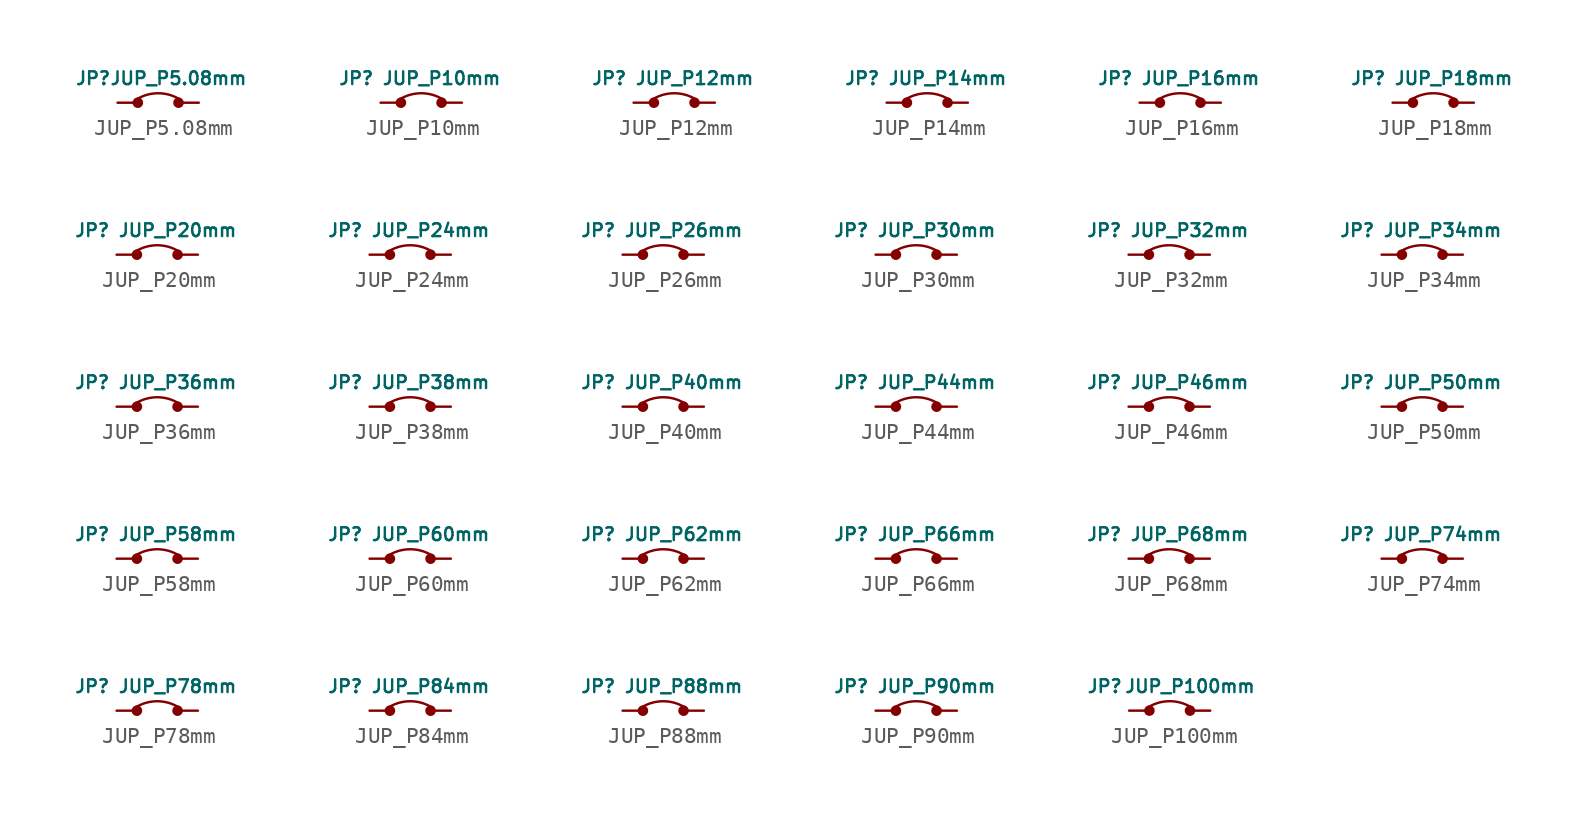
<source format=kicad_sym>
(kicad_symbol_lib
  (version 20220914)
  (generator kicad_symbol_editor)
  (symbol "JUP_P5.08mm"
    (property "Reference" "JP"
      (at -4.064 1.524 0)
      (effects (font (size 0.8 0.8))))
    (property "Value" "JUP_P5.08mm"
      (at 1.27 1.524 0)
      (effects (font (size 0.8 0.8))))
    (symbol "JUP_P5.08mm_0_1"
      (circle (center -1.27 0) (radius 0.254) (stroke (width 0) (type default)) (fill (type outline)))
      (circle (center 1.27 0) (radius 0.254) (stroke (width 0) (type default)) (fill (type outline)))
      (arc (start 1.27 0.254) (mid 0 0.5892) (end -1.27 0.254) (stroke (width 0) (type default)) (fill (type none))))
    (symbol "JUP_P5.08mm_1_1"
      (pin passive line (at -2.54 0 0) (length 1.2) (name "" (effects (font (size 1.27 1.27)))) (number "1" (effects (font (size 0 0)))))
      (pin passive line (at 2.54 0 180) (length 1.2) (name "" (effects (font (size 1.27 1.27)))) (number "2" (effects (font (size 0 0)))))))
  (symbol "JUP_P10mm"
    (property "Reference" "JP"
      (at -4.064 1.524 0)
      (effects (font (size 0.8 0.8))))
    (property "Value" "JUP_P10mm"
      (at 1.27 1.524 0)
      (effects (font (size 0.8 0.8))))
    (symbol "JUP_P10mm_0_1"
      (circle (center -1.27 0) (radius 0.254) (stroke (width 0) (type default)) (fill (type outline)))
      (circle (center 1.27 0) (radius 0.254) (stroke (width 0) (type default)) (fill (type outline)))
      (arc (start 1.27 0.254) (mid 0 0.5892) (end -1.27 0.254) (stroke (width 0) (type default)) (fill (type none))))
    (symbol "JUP_P10mm_1_1"
      (pin passive line (at -2.54 0 0) (length 1.2) (name "" (effects (font (size 1.27 1.27)))) (number "1" (effects (font (size 0 0)))))
      (pin passive line (at 2.54 0 180) (length 1.2) (name "" (effects (font (size 1.27 1.27)))) (number "2" (effects (font (size 0 0)))))))
  (symbol "JUP_P12mm"
    (property "Reference" "JP"
      (at -4.064 1.524 0)
      (effects (font (size 0.8 0.8))))
    (property "Value" "JUP_P12mm"
      (at 1.27 1.524 0)
      (effects (font (size 0.8 0.8))))
    (symbol "JUP_P12mm_0_1"
      (circle (center -1.27 0) (radius 0.254) (stroke (width 0) (type default)) (fill (type outline)))
      (circle (center 1.27 0) (radius 0.254) (stroke (width 0) (type default)) (fill (type outline)))
      (arc (start 1.27 0.254) (mid 0 0.5892) (end -1.27 0.254) (stroke (width 0) (type default)) (fill (type none))))
    (symbol "JUP_P12mm_1_1"
      (pin passive line (at -2.54 0 0) (length 1.2) (name "" (effects (font (size 1.27 1.27)))) (number "1" (effects (font (size 0 0)))))
      (pin passive line (at 2.54 0 180) (length 1.2) (name "" (effects (font (size 1.27 1.27)))) (number "2" (effects (font (size 0 0)))))))
  (symbol "JUP_P14mm"
    (property "Reference" "JP"
      (at -4.064 1.524 0)
      (effects (font (size 0.8 0.8))))
    (property "Value" "JUP_P14mm"
      (at 1.27 1.524 0)
      (effects (font (size 0.8 0.8))))
    (symbol "JUP_P14mm_0_1"
      (circle (center -1.27 0) (radius 0.254) (stroke (width 0) (type default)) (fill (type outline)))
      (circle (center 1.27 0) (radius 0.254) (stroke (width 0) (type default)) (fill (type outline)))
      (arc (start 1.27 0.254) (mid 0 0.5892) (end -1.27 0.254) (stroke (width 0) (type default)) (fill (type none))))
    (symbol "JUP_P14mm_1_1"
      (pin passive line (at -2.54 0 0) (length 1.2) (name "" (effects (font (size 1.27 1.27)))) (number "1" (effects (font (size 0 0)))))
      (pin passive line (at 2.54 0 180) (length 1.2) (name "" (effects (font (size 1.27 1.27)))) (number "2" (effects (font (size 0 0)))))))
  (symbol "JUP_P16mm"
    (property "Reference" "JP"
      (at -4.064 1.524 0)
      (effects (font (size 0.8 0.8))))
    (property "Value" "JUP_P16mm"
      (at 1.27 1.524 0)
      (effects (font (size 0.8 0.8))))
    (symbol "JUP_P16mm_0_1"
      (circle (center -1.27 0) (radius 0.254) (stroke (width 0) (type default)) (fill (type outline)))
      (circle (center 1.27 0) (radius 0.254) (stroke (width 0) (type default)) (fill (type outline)))
      (arc (start 1.27 0.254) (mid 0 0.5892) (end -1.27 0.254) (stroke (width 0) (type default)) (fill (type none))))
    (symbol "JUP_P16mm_1_1"
      (pin passive line (at -2.54 0 0) (length 1.2) (name "" (effects (font (size 1.27 1.27)))) (number "1" (effects (font (size 0 0)))))
      (pin passive line (at 2.54 0 180) (length 1.2) (name "" (effects (font (size 1.27 1.27)))) (number "2" (effects (font (size 0 0)))))))
  (symbol "JUP_P18mm"
    (property "Reference" "JP"
      (at -4.064 1.524 0)
      (effects (font (size 0.8 0.8))))
    (property "Value" "JUP_P18mm"
      (at 1.27 1.524 0)
      (effects (font (size 0.8 0.8))))
    (symbol "JUP_P18mm_0_1"
      (circle (center -1.27 0) (radius 0.254) (stroke (width 0) (type default)) (fill (type outline)))
      (circle (center 1.27 0) (radius 0.254) (stroke (width 0) (type default)) (fill (type outline)))
      (arc (start 1.27 0.254) (mid 0 0.5892) (end -1.27 0.254) (stroke (width 0) (type default)) (fill (type none))))
    (symbol "JUP_P18mm_1_1"
      (pin passive line (at -2.54 0 0) (length 1.2) (name "" (effects (font (size 1.27 1.27)))) (number "1" (effects (font (size 0 0)))))
      (pin passive line (at 2.54 0 180) (length 1.2) (name "" (effects (font (size 1.27 1.27)))) (number "2" (effects (font (size 0 0)))))))
  (symbol "JUP_P20mm"
    (property "Reference" "JP"
      (at -4.064 1.524 0)
      (effects (font (size 0.8 0.8))))
    (property "Value" "JUP_P20mm"
      (at 1.27 1.524 0)
      (effects (font (size 0.8 0.8))))
    (symbol "JUP_P20mm_0_1"
      (circle (center -1.27 0) (radius 0.254) (stroke (width 0) (type default)) (fill (type outline)))
      (circle (center 1.27 0) (radius 0.254) (stroke (width 0) (type default)) (fill (type outline)))
      (arc (start 1.27 0.254) (mid 0 0.5892) (end -1.27 0.254) (stroke (width 0) (type default)) (fill (type none))))
    (symbol "JUP_P20mm_1_1"
      (pin passive line (at -2.54 0 0) (length 1.2) (name "" (effects (font (size 1.27 1.27)))) (number "1" (effects (font (size 0 0)))))
      (pin passive line (at 2.54 0 180) (length 1.2) (name "" (effects (font (size 1.27 1.27)))) (number "2" (effects (font (size 0 0)))))))
  (symbol "JUP_P24mm"
    (property "Reference" "JP"
      (at -4.064 1.524 0)
      (effects (font (size 0.8 0.8))))
    (property "Value" "JUP_P24mm"
      (at 1.27 1.524 0)
      (effects (font (size 0.8 0.8))))
    (symbol "JUP_P24mm_0_1"
      (circle (center -1.27 0) (radius 0.254) (stroke (width 0) (type default)) (fill (type outline)))
      (circle (center 1.27 0) (radius 0.254) (stroke (width 0) (type default)) (fill (type outline)))
      (arc (start 1.27 0.254) (mid 0 0.5892) (end -1.27 0.254) (stroke (width 0) (type default)) (fill (type none))))
    (symbol "JUP_P24mm_1_1"
      (pin passive line (at -2.54 0 0) (length 1.2) (name "" (effects (font (size 1.27 1.27)))) (number "1" (effects (font (size 0 0)))))
      (pin passive line (at 2.54 0 180) (length 1.2) (name "" (effects (font (size 1.27 1.27)))) (number "2" (effects (font (size 0 0)))))))
  (symbol "JUP_P26mm"
    (property "Reference" "JP"
      (at -4.064 1.524 0)
      (effects (font (size 0.8 0.8))))
    (property "Value" "JUP_P26mm"
      (at 1.27 1.524 0)
      (effects (font (size 0.8 0.8))))
    (symbol "JUP_P26mm_0_1"
      (circle (center -1.27 0) (radius 0.254) (stroke (width 0) (type default)) (fill (type outline)))
      (circle (center 1.27 0) (radius 0.254) (stroke (width 0) (type default)) (fill (type outline)))
      (arc (start 1.27 0.254) (mid 0 0.5892) (end -1.27 0.254) (stroke (width 0) (type default)) (fill (type none))))
    (symbol "JUP_P26mm_1_1"
      (pin passive line (at -2.54 0 0) (length 1.2) (name "" (effects (font (size 1.27 1.27)))) (number "1" (effects (font (size 0 0)))))
      (pin passive line (at 2.54 0 180) (length 1.2) (name "" (effects (font (size 1.27 1.27)))) (number "2" (effects (font (size 0 0)))))))
  (symbol "JUP_P30mm"
    (property "Reference" "JP"
      (at -4.064 1.524 0)
      (effects (font (size 0.8 0.8))))
    (property "Value" "JUP_P30mm"
      (at 1.27 1.524 0)
      (effects (font (size 0.8 0.8))))
    (symbol "JUP_P30mm_0_1"
      (circle (center -1.27 0) (radius 0.254) (stroke (width 0) (type default)) (fill (type outline)))
      (circle (center 1.27 0) (radius 0.254) (stroke (width 0) (type default)) (fill (type outline)))
      (arc (start 1.27 0.254) (mid 0 0.5892) (end -1.27 0.254) (stroke (width 0) (type default)) (fill (type none))))
    (symbol "JUP_P30mm_1_1"
      (pin passive line (at -2.54 0 0) (length 1.2) (name "" (effects (font (size 1.27 1.27)))) (number "1" (effects (font (size 0 0)))))
      (pin passive line (at 2.54 0 180) (length 1.2) (name "" (effects (font (size 1.27 1.27)))) (number "2" (effects (font (size 0 0)))))))
  (symbol "JUP_P32mm"
    (property "Reference" "JP"
      (at -4.064 1.524 0)
      (effects (font (size 0.8 0.8))))
    (property "Value" "JUP_P32mm"
      (at 1.27 1.524 0)
      (effects (font (size 0.8 0.8))))
    (symbol "JUP_P32mm_0_1"
      (circle (center -1.27 0) (radius 0.254) (stroke (width 0) (type default)) (fill (type outline)))
      (circle (center 1.27 0) (radius 0.254) (stroke (width 0) (type default)) (fill (type outline)))
      (arc (start 1.27 0.254) (mid 0 0.5892) (end -1.27 0.254) (stroke (width 0) (type default)) (fill (type none))))
    (symbol "JUP_P32mm_1_1"
      (pin passive line (at -2.54 0 0) (length 1.2) (name "" (effects (font (size 1.27 1.27)))) (number "1" (effects (font (size 0 0)))))
      (pin passive line (at 2.54 0 180) (length 1.2) (name "" (effects (font (size 1.27 1.27)))) (number "2" (effects (font (size 0 0)))))))
  (symbol "JUP_P34mm"
    (property "Reference" "JP"
      (at -4.064 1.524 0)
      (effects (font (size 0.8 0.8))))
    (property "Value" "JUP_P34mm"
      (at 1.27 1.524 0)
      (effects (font (size 0.8 0.8))))
    (symbol "JUP_P34mm_0_1"
      (circle (center -1.27 0) (radius 0.254) (stroke (width 0) (type default)) (fill (type outline)))
      (circle (center 1.27 0) (radius 0.254) (stroke (width 0) (type default)) (fill (type outline)))
      (arc (start 1.27 0.254) (mid 0 0.5892) (end -1.27 0.254) (stroke (width 0) (type default)) (fill (type none))))
    (symbol "JUP_P34mm_1_1"
      (pin passive line (at -2.54 0 0) (length 1.2) (name "" (effects (font (size 1.27 1.27)))) (number "1" (effects (font (size 0 0)))))
      (pin passive line (at 2.54 0 180) (length 1.2) (name "" (effects (font (size 1.27 1.27)))) (number "2" (effects (font (size 0 0)))))))
  (symbol "JUP_P36mm"
    (property "Reference" "JP"
      (at -4.064 1.524 0)
      (effects (font (size 0.8 0.8))))
    (property "Value" "JUP_P36mm"
      (at 1.27 1.524 0)
      (effects (font (size 0.8 0.8))))
    (symbol "JUP_P36mm_0_1"
      (circle (center -1.27 0) (radius 0.254) (stroke (width 0) (type default)) (fill (type outline)))
      (circle (center 1.27 0) (radius 0.254) (stroke (width 0) (type default)) (fill (type outline)))
      (arc (start 1.27 0.254) (mid 0 0.5892) (end -1.27 0.254) (stroke (width 0) (type default)) (fill (type none))))
    (symbol "JUP_P36mm_1_1"
      (pin passive line (at -2.54 0 0) (length 1.2) (name "" (effects (font (size 1.27 1.27)))) (number "1" (effects (font (size 0 0)))))
      (pin passive line (at 2.54 0 180) (length 1.2) (name "" (effects (font (size 1.27 1.27)))) (number "2" (effects (font (size 0 0)))))))
  (symbol "JUP_P38mm"
    (property "Reference" "JP"
      (at -4.064 1.524 0)
      (effects (font (size 0.8 0.8))))
    (property "Value" "JUP_P38mm"
      (at 1.27 1.524 0)
      (effects (font (size 0.8 0.8))))
    (symbol "JUP_P38mm_0_1"
      (circle (center -1.27 0) (radius 0.254) (stroke (width 0) (type default)) (fill (type outline)))
      (circle (center 1.27 0) (radius 0.254) (stroke (width 0) (type default)) (fill (type outline)))
      (arc (start 1.27 0.254) (mid 0 0.5892) (end -1.27 0.254) (stroke (width 0) (type default)) (fill (type none))))
    (symbol "JUP_P38mm_1_1"
      (pin passive line (at -2.54 0 0) (length 1.2) (name "" (effects (font (size 1.27 1.27)))) (number "1" (effects (font (size 0 0)))))
      (pin passive line (at 2.54 0 180) (length 1.2) (name "" (effects (font (size 1.27 1.27)))) (number "2" (effects (font (size 0 0)))))))
  (symbol "JUP_P40mm"
    (property "Reference" "JP"
      (at -4.064 1.524 0)
      (effects (font (size 0.8 0.8))))
    (property "Value" "JUP_P40mm"
      (at 1.27 1.524 0)
      (effects (font (size 0.8 0.8))))
    (symbol "JUP_P40mm_0_1"
      (circle (center -1.27 0) (radius 0.254) (stroke (width 0) (type default)) (fill (type outline)))
      (circle (center 1.27 0) (radius 0.254) (stroke (width 0) (type default)) (fill (type outline)))
      (arc (start 1.27 0.254) (mid 0 0.5892) (end -1.27 0.254) (stroke (width 0) (type default)) (fill (type none))))
    (symbol "JUP_P40mm_1_1"
      (pin passive line (at -2.54 0 0) (length 1.2) (name "" (effects (font (size 1.27 1.27)))) (number "1" (effects (font (size 0 0)))))
      (pin passive line (at 2.54 0 180) (length 1.2) (name "" (effects (font (size 1.27 1.27)))) (number "2" (effects (font (size 0 0)))))))
  (symbol "JUP_P44mm"
    (property "Reference" "JP"
      (at -4.064 1.524 0)
      (effects (font (size 0.8 0.8))))
    (property "Value" "JUP_P44mm"
      (at 1.27 1.524 0)
      (effects (font (size 0.8 0.8))))
    (symbol "JUP_P44mm_0_1"
      (circle (center -1.27 0) (radius 0.254) (stroke (width 0) (type default)) (fill (type outline)))
      (circle (center 1.27 0) (radius 0.254) (stroke (width 0) (type default)) (fill (type outline)))
      (arc (start 1.27 0.254) (mid 0 0.5892) (end -1.27 0.254) (stroke (width 0) (type default)) (fill (type none))))
    (symbol "JUP_P44mm_1_1"
      (pin passive line (at -2.54 0 0) (length 1.2) (name "" (effects (font (size 1.27 1.27)))) (number "1" (effects (font (size 0 0)))))
      (pin passive line (at 2.54 0 180) (length 1.2) (name "" (effects (font (size 1.27 1.27)))) (number "2" (effects (font (size 0 0)))))))
  (symbol "JUP_P46mm"
    (property "Reference" "JP"
      (at -4.064 1.524 0)
      (effects (font (size 0.8 0.8))))
    (property "Value" "JUP_P46mm"
      (at 1.27 1.524 0)
      (effects (font (size 0.8 0.8))))
    (symbol "JUP_P46mm_0_1"
      (circle (center -1.27 0) (radius 0.254) (stroke (width 0) (type default)) (fill (type outline)))
      (circle (center 1.27 0) (radius 0.254) (stroke (width 0) (type default)) (fill (type outline)))
      (arc (start 1.27 0.254) (mid 0 0.5892) (end -1.27 0.254) (stroke (width 0) (type default)) (fill (type none))))
    (symbol "JUP_P46mm_1_1"
      (pin passive line (at -2.54 0 0) (length 1.2) (name "" (effects (font (size 1.27 1.27)))) (number "1" (effects (font (size 0 0)))))
      (pin passive line (at 2.54 0 180) (length 1.2) (name "" (effects (font (size 1.27 1.27)))) (number "2" (effects (font (size 0 0)))))))
  (symbol "JUP_P50mm"
    (property "Reference" "JP"
      (at -4.064 1.524 0)
      (effects (font (size 0.8 0.8))))
    (property "Value" "JUP_P50mm"
      (at 1.27 1.524 0)
      (effects (font (size 0.8 0.8))))
    (symbol "JUP_P50mm_0_1"
      (circle (center -1.27 0) (radius 0.254) (stroke (width 0) (type default)) (fill (type outline)))
      (circle (center 1.27 0) (radius 0.254) (stroke (width 0) (type default)) (fill (type outline)))
      (arc (start 1.27 0.254) (mid 0 0.5892) (end -1.27 0.254) (stroke (width 0) (type default)) (fill (type none))))
    (symbol "JUP_P50mm_1_1"
      (pin passive line (at -2.54 0 0) (length 1.2) (name "" (effects (font (size 1.27 1.27)))) (number "1" (effects (font (size 0 0)))))
      (pin passive line (at 2.54 0 180) (length 1.2) (name "" (effects (font (size 1.27 1.27)))) (number "2" (effects (font (size 0 0)))))))
  (symbol "JUP_P58mm"
    (property "Reference" "JP"
      (at -4.064 1.524 0)
      (effects (font (size 0.8 0.8))))
    (property "Value" "JUP_P58mm"
      (at 1.27 1.524 0)
      (effects (font (size 0.8 0.8))))
    (symbol "JUP_P58mm_0_1"
      (circle (center -1.27 0) (radius 0.254) (stroke (width 0) (type default)) (fill (type outline)))
      (circle (center 1.27 0) (radius 0.254) (stroke (width 0) (type default)) (fill (type outline)))
      (arc (start 1.27 0.254) (mid 0 0.5892) (end -1.27 0.254) (stroke (width 0) (type default)) (fill (type none))))
    (symbol "JUP_P58mm_1_1"
      (pin passive line (at -2.54 0 0) (length 1.2) (name "" (effects (font (size 1.27 1.27)))) (number "1" (effects (font (size 0 0)))))
      (pin passive line (at 2.54 0 180) (length 1.2) (name "" (effects (font (size 1.27 1.27)))) (number "2" (effects (font (size 0 0)))))))
  (symbol "JUP_P60mm"
    (property "Reference" "JP"
      (at -4.064 1.524 0)
      (effects (font (size 0.8 0.8))))
    (property "Value" "JUP_P60mm"
      (at 1.27 1.524 0)
      (effects (font (size 0.8 0.8))))
    (symbol "JUP_P60mm_0_1"
      (circle (center -1.27 0) (radius 0.254) (stroke (width 0) (type default)) (fill (type outline)))
      (circle (center 1.27 0) (radius 0.254) (stroke (width 0) (type default)) (fill (type outline)))
      (arc (start 1.27 0.254) (mid 0 0.5892) (end -1.27 0.254) (stroke (width 0) (type default)) (fill (type none))))
    (symbol "JUP_P60mm_1_1"
      (pin passive line (at -2.54 0 0) (length 1.2) (name "" (effects (font (size 1.27 1.27)))) (number "1" (effects (font (size 0 0)))))
      (pin passive line (at 2.54 0 180) (length 1.2) (name "" (effects (font (size 1.27 1.27)))) (number "2" (effects (font (size 0 0)))))))
  (symbol "JUP_P62mm"
    (property "Reference" "JP"
      (at -4.064 1.524 0)
      (effects (font (size 0.8 0.8))))
    (property "Value" "JUP_P62mm"
      (at 1.27 1.524 0)
      (effects (font (size 0.8 0.8))))
    (symbol "JUP_P62mm_0_1"
      (circle (center -1.27 0) (radius 0.254) (stroke (width 0) (type default)) (fill (type outline)))
      (circle (center 1.27 0) (radius 0.254) (stroke (width 0) (type default)) (fill (type outline)))
      (arc (start 1.27 0.254) (mid 0 0.5892) (end -1.27 0.254) (stroke (width 0) (type default)) (fill (type none))))
    (symbol "JUP_P62mm_1_1"
      (pin passive line (at -2.54 0 0) (length 1.2) (name "" (effects (font (size 1.27 1.27)))) (number "1" (effects (font (size 0 0)))))
      (pin passive line (at 2.54 0 180) (length 1.2) (name "" (effects (font (size 1.27 1.27)))) (number "2" (effects (font (size 0 0)))))))
  (symbol "JUP_P66mm"
    (property "Reference" "JP"
      (at -4.064 1.524 0)
      (effects (font (size 0.8 0.8))))
    (property "Value" "JUP_P66mm"
      (at 1.27 1.524 0)
      (effects (font (size 0.8 0.8))))
    (symbol "JUP_P66mm_0_1"
      (circle (center -1.27 0) (radius 0.254) (stroke (width 0) (type default)) (fill (type outline)))
      (circle (center 1.27 0) (radius 0.254) (stroke (width 0) (type default)) (fill (type outline)))
      (arc (start 1.27 0.254) (mid 0 0.5892) (end -1.27 0.254) (stroke (width 0) (type default)) (fill (type none))))
    (symbol "JUP_P66mm_1_1"
      (pin passive line (at -2.54 0 0) (length 1.2) (name "" (effects (font (size 1.27 1.27)))) (number "1" (effects (font (size 0 0)))))
      (pin passive line (at 2.54 0 180) (length 1.2) (name "" (effects (font (size 1.27 1.27)))) (number "2" (effects (font (size 0 0)))))))
  (symbol "JUP_P68mm"
    (property "Reference" "JP"
      (at -4.064 1.524 0)
      (effects (font (size 0.8 0.8))))
    (property "Value" "JUP_P68mm"
      (at 1.27 1.524 0)
      (effects (font (size 0.8 0.8))))
    (symbol "JUP_P68mm_0_1"
      (circle (center -1.27 0) (radius 0.254) (stroke (width 0) (type default)) (fill (type outline)))
      (circle (center 1.27 0) (radius 0.254) (stroke (width 0) (type default)) (fill (type outline)))
      (arc (start 1.27 0.254) (mid 0 0.5892) (end -1.27 0.254) (stroke (width 0) (type default)) (fill (type none))))
    (symbol "JUP_P68mm_1_1"
      (pin passive line (at -2.54 0 0) (length 1.2) (name "" (effects (font (size 1.27 1.27)))) (number "1" (effects (font (size 0 0)))))
      (pin passive line (at 2.54 0 180) (length 1.2) (name "" (effects (font (size 1.27 1.27)))) (number "2" (effects (font (size 0 0)))))))
  (symbol "JUP_P74mm"
    (property "Reference" "JP"
      (at -4.064 1.524 0)
      (effects (font (size 0.8 0.8))))
    (property "Value" "JUP_P74mm"
      (at 1.27 1.524 0)
      (effects (font (size 0.8 0.8))))
    (symbol "JUP_P74mm_0_1"
      (circle (center -1.27 0) (radius 0.254) (stroke (width 0) (type default)) (fill (type outline)))
      (circle (center 1.27 0) (radius 0.254) (stroke (width 0) (type default)) (fill (type outline)))
      (arc (start 1.27 0.254) (mid 0 0.5892) (end -1.27 0.254) (stroke (width 0) (type default)) (fill (type none))))
    (symbol "JUP_P74mm_1_1"
      (pin passive line (at -2.54 0 0) (length 1.2) (name "" (effects (font (size 1.27 1.27)))) (number "1" (effects (font (size 0 0)))))
      (pin passive line (at 2.54 0 180) (length 1.2) (name "" (effects (font (size 1.27 1.27)))) (number "2" (effects (font (size 0 0)))))))
  (symbol "JUP_P78mm"
    (property "Reference" "JP"
      (at -4.064 1.524 0)
      (effects (font (size 0.8 0.8))))
    (property "Value" "JUP_P78mm"
      (at 1.27 1.524 0)
      (effects (font (size 0.8 0.8))))
    (symbol "JUP_P78mm_0_1"
      (circle (center -1.27 0) (radius 0.254) (stroke (width 0) (type default)) (fill (type outline)))
      (circle (center 1.27 0) (radius 0.254) (stroke (width 0) (type default)) (fill (type outline)))
      (arc (start 1.27 0.254) (mid 0 0.5892) (end -1.27 0.254) (stroke (width 0) (type default)) (fill (type none))))
    (symbol "JUP_P78mm_1_1"
      (pin passive line (at -2.54 0 0) (length 1.2) (name "" (effects (font (size 1.27 1.27)))) (number "1" (effects (font (size 0 0)))))
      (pin passive line (at 2.54 0 180) (length 1.2) (name "" (effects (font (size 1.27 1.27)))) (number "2" (effects (font (size 0 0)))))))
  (symbol "JUP_P84mm"
    (property "Reference" "JP"
      (at -4.064 1.524 0)
      (effects (font (size 0.8 0.8))))
    (property "Value" "JUP_P84mm"
      (at 1.27 1.524 0)
      (effects (font (size 0.8 0.8))))
    (symbol "JUP_P84mm_0_1"
      (circle (center -1.27 0) (radius 0.254) (stroke (width 0) (type default)) (fill (type outline)))
      (circle (center 1.27 0) (radius 0.254) (stroke (width 0) (type default)) (fill (type outline)))
      (arc (start 1.27 0.254) (mid 0 0.5892) (end -1.27 0.254) (stroke (width 0) (type default)) (fill (type none))))
    (symbol "JUP_P84mm_1_1"
      (pin passive line (at -2.54 0 0) (length 1.2) (name "" (effects (font (size 1.27 1.27)))) (number "1" (effects (font (size 0 0)))))
      (pin passive line (at 2.54 0 180) (length 1.2) (name "" (effects (font (size 1.27 1.27)))) (number "2" (effects (font (size 0 0)))))))
  (symbol "JUP_P88mm"
    (property "Reference" "JP"
      (at -4.064 1.524 0)
      (effects (font (size 0.8 0.8))))
    (property "Value" "JUP_P88mm"
      (at 1.27 1.524 0)
      (effects (font (size 0.8 0.8))))
    (symbol "JUP_P88mm_0_1"
      (circle (center -1.27 0) (radius 0.254) (stroke (width 0) (type default)) (fill (type outline)))
      (circle (center 1.27 0) (radius 0.254) (stroke (width 0) (type default)) (fill (type outline)))
      (arc (start 1.27 0.254) (mid 0 0.5892) (end -1.27 0.254) (stroke (width 0) (type default)) (fill (type none))))
    (symbol "JUP_P88mm_1_1"
      (pin passive line (at -2.54 0 0) (length 1.2) (name "" (effects (font (size 1.27 1.27)))) (number "1" (effects (font (size 0 0)))))
      (pin passive line (at 2.54 0 180) (length 1.2) (name "" (effects (font (size 1.27 1.27)))) (number "2" (effects (font (size 0 0)))))))
  (symbol "JUP_P90mm"
    (property "Reference" "JP"
      (at -4.064 1.524 0)
      (effects (font (size 0.8 0.8))))
    (property "Value" "JUP_P90mm"
      (at 1.27 1.524 0)
      (effects (font (size 0.8 0.8))))
    (symbol "JUP_P90mm_0_1"
      (circle (center -1.27 0) (radius 0.254) (stroke (width 0) (type default)) (fill (type outline)))
      (circle (center 1.27 0) (radius 0.254) (stroke (width 0) (type default)) (fill (type outline)))
      (arc (start 1.27 0.254) (mid 0 0.5892) (end -1.27 0.254) (stroke (width 0) (type default)) (fill (type none))))
    (symbol "JUP_P90mm_1_1"
      (pin passive line (at -2.54 0 0) (length 1.2) (name "" (effects (font (size 1.27 1.27)))) (number "1" (effects (font (size 0 0)))))
      (pin passive line (at 2.54 0 180) (length 1.2) (name "" (effects (font (size 1.27 1.27)))) (number "2" (effects (font (size 0 0)))))))
  (symbol "JUP_P100mm"
    (property "Reference" "JP"
      (at -4.064 1.524 0)
      (effects (font (size 0.8 0.8))))
    (property "Value" "JUP_P100mm"
      (at 1.27 1.524 0)
      (effects (font (size 0.8 0.8))))
    (symbol "JUP_P100mm_0_1"
      (circle (center -1.27 0) (radius 0.254) (stroke (width 0) (type default)) (fill (type outline)))
      (circle (center 1.27 0) (radius 0.254) (stroke (width 0) (type default)) (fill (type outline)))
      (arc (start 1.27 0.254) (mid 0 0.5892) (end -1.27 0.254) (stroke (width 0) (type default)) (fill (type none))))
    (symbol "JUP_P100mm_1_1"
      (pin passive line (at -2.54 0 0) (length 1.2) (name "" (effects (font (size 1.27 1.27)))) (number "1" (effects (font (size 0 0)))))
      (pin passive line (at 2.54 0 180) (length 1.2) (name "" (effects (font (size 1.27 1.27)))) (number "2" (effects (font (size 0 0))))))))
</source>
